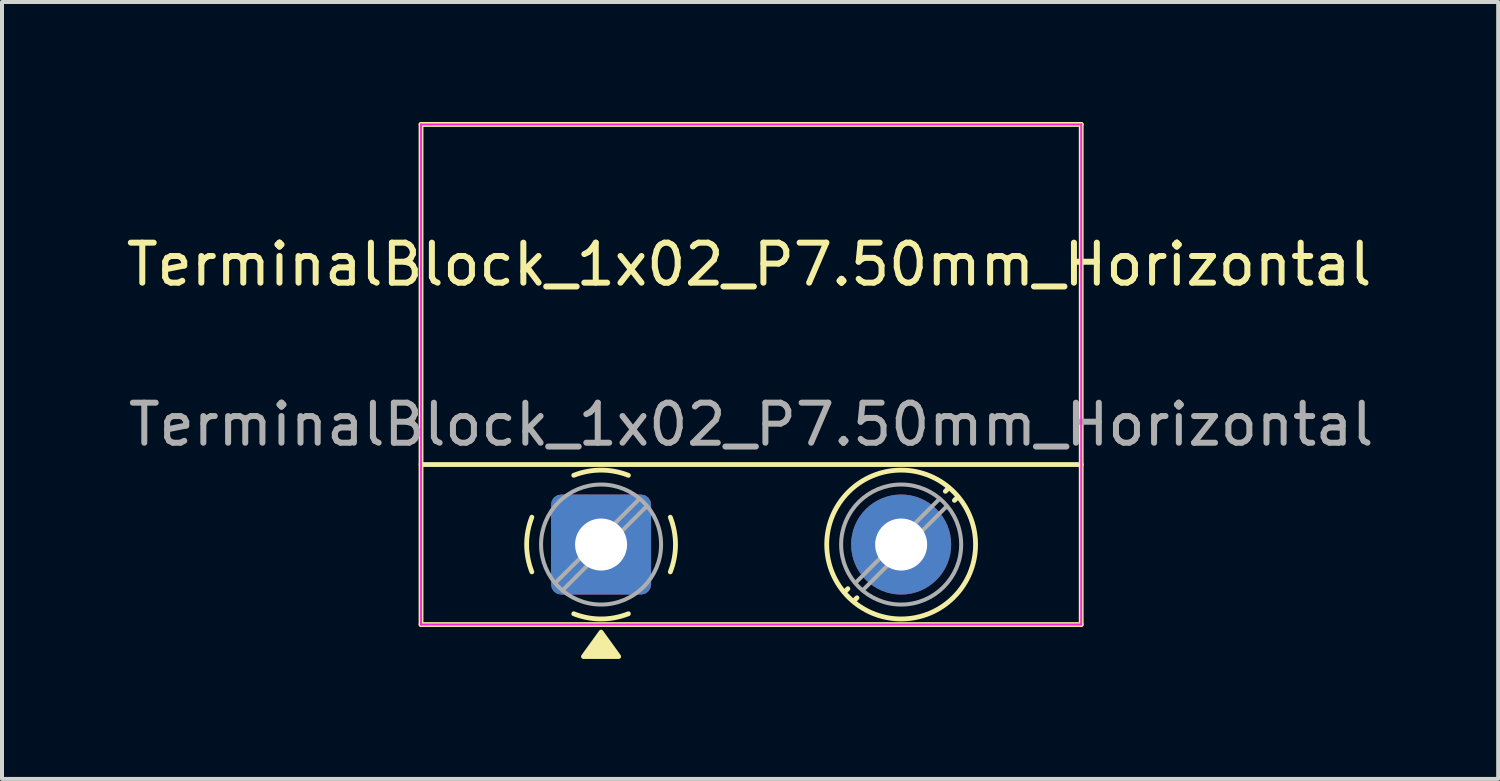
<source format=kicad_pcb>
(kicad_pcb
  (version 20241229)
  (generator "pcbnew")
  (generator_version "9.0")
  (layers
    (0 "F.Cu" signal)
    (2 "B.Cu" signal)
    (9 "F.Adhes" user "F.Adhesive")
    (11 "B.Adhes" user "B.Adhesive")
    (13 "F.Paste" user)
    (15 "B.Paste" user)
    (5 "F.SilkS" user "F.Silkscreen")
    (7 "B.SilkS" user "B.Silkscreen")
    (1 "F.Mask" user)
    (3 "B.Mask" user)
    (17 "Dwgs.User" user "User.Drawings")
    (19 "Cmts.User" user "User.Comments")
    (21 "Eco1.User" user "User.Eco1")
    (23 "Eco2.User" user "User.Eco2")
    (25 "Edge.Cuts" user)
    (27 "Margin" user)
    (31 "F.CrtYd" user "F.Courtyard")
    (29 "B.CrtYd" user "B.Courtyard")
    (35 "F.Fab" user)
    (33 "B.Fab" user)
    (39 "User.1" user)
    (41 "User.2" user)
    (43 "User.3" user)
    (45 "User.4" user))
  (footprint "TerminalBlock_1x02_P7.50mm_Horizontal"
    (layer "F.Cu")
    (at 11.973 10.56)
    (property "Reference" "TerminalBlock_1x02_P7.50mm_Horizontal" (at 3.7 -7 0) (layer "F.SilkS") (effects (font (size 1 1) (thickness 0.15))))
    (attr through_hole)
    (fp_line (start -4.5 -10.5) (end -4.5 2) (stroke (width 0.12) (type solid)) (layer "F.SilkS"))
    (fp_line (start -4.5 -10.5) (end 12 -10.5) (stroke (width 0.12) (type solid)) (layer "F.SilkS"))
    (fp_line (start -4.5 -2) (end 12 -2) (stroke (width 0.12) (type solid)) (layer "F.SilkS"))
    (fp_line (start -4.5 2) (end 12 2) (stroke (width 0.12) (type solid)) (layer "F.SilkS"))
    (fp_line (start 6.168 1.104) (end 6.089 1.183) (stroke (width 0.12) (type solid)) (layer "F.SilkS"))
    (fp_line (start 6.395 1.331) (end 6.316 1.41) (stroke (width 0.12) (type solid)) (layer "F.SilkS"))
    (fp_line (start 8.684 -1.411) (end 8.605 -1.331) (stroke (width 0.12) (type solid)) (layer "F.SilkS"))
    (fp_line (start 8.911 -1.184) (end 8.832 -1.104) (stroke (width 0.12) (type solid)) (layer "F.SilkS"))
    (fp_line (start 12 -10.5) (end 12 2) (stroke (width 0.12) (type solid)) (layer "F.SilkS"))
    (fp_arc (start -1.73 0.683) (mid -1.859943 -0.000144) (end -1.729894 -0.683267) (stroke (width 0.12) (type solid)) (layer "F.SilkS"))
    (fp_arc (start -0.683 -1.73) (mid 0.000144 -1.859943) (end 0.683267 -1.729894) (stroke (width 0.12) (type solid)) (layer "F.SilkS"))
    (fp_arc (start 0.683 1.73) (mid -0.000144 1.859943) (end -0.683267 1.729894) (stroke (width 0.12) (type solid)) (layer "F.SilkS"))
    (fp_arc (start 1.73 -0.683) (mid 1.859943 0.000144) (end 1.729894 0.683267) (stroke (width 0.12) (type solid)) (layer "F.SilkS"))
    (fp_circle (center 7.5 0) (end 9.36 0) (stroke (width 0.12) (type solid)) (fill no) (layer "F.SilkS"))
    (fp_poly (pts (xy 0 2.189) (xy 0.44 2.799) (xy -0.44 2.799) (xy 0 2.189)) (stroke (width 0.12) (type solid)) (fill yes) (layer "F.SilkS"))
    (fp_line (start -4.5 -10.5) (end -4.5 2) (stroke (width 0.05) (type solid)) (layer "F.CrtYd"))
    (fp_line (start -4.5 2) (end 12 2) (stroke (width 0.05) (type solid)) (layer "F.CrtYd"))
    (fp_line (start 12 -10.5) (end -4.5 -10.5) (stroke (width 0.05) (type solid)) (layer "F.CrtYd"))
    (fp_line (start 12 2) (end 12 -10.5) (stroke (width 0.05) (type solid)) (layer "F.CrtYd"))
    (fp_line (start 0.955 -1.138) (end -1.138 0.954) (stroke (width 0.1) (type solid)) (layer "F.Fab"))
    (fp_line (start 1.138 -0.954) (end -0.955 1.137) (stroke (width 0.1) (type solid)) (layer "F.Fab"))
    (fp_line (start 8.455 -1.138) (end 6.362 0.954) (stroke (width 0.1) (type solid)) (layer "F.Fab"))
    (fp_line (start 8.638 -0.954) (end 6.545 1.137) (stroke (width 0.1) (type solid)) (layer "F.Fab"))
    (fp_circle (center 0 0) (end 1.5 0) (stroke (width 0.1) (type solid)) (fill no) (layer "F.Fab"))
    (fp_circle (center 7.5 0) (end 9 0) (stroke (width 0.1) (type solid)) (fill no) (layer "F.Fab"))
    (fp_text user "${REFERENCE}" (at 3.75 -3 0) (layer "F.Fab") (effects (font (size 1 1) (thickness 0.15))))
    (pad "1" thru_hole roundrect (at 0 0) (size 2.5 2.5) (drill 1.3) (layers "*.Cu" "*.Mask") (roundrect_rratio 0.1))
    (pad "2" thru_hole circle (at 7.5 0) (size 2.5 2.5) (drill 1.3) (layers "*.Cu" "*.Mask")))
  (gr_rect
    (start -3 -3)
    (end 34.395 16.419)
    (stroke (width 0.1) (type default))
    (fill no)
    (layer "Edge.Cuts")))
</source>
